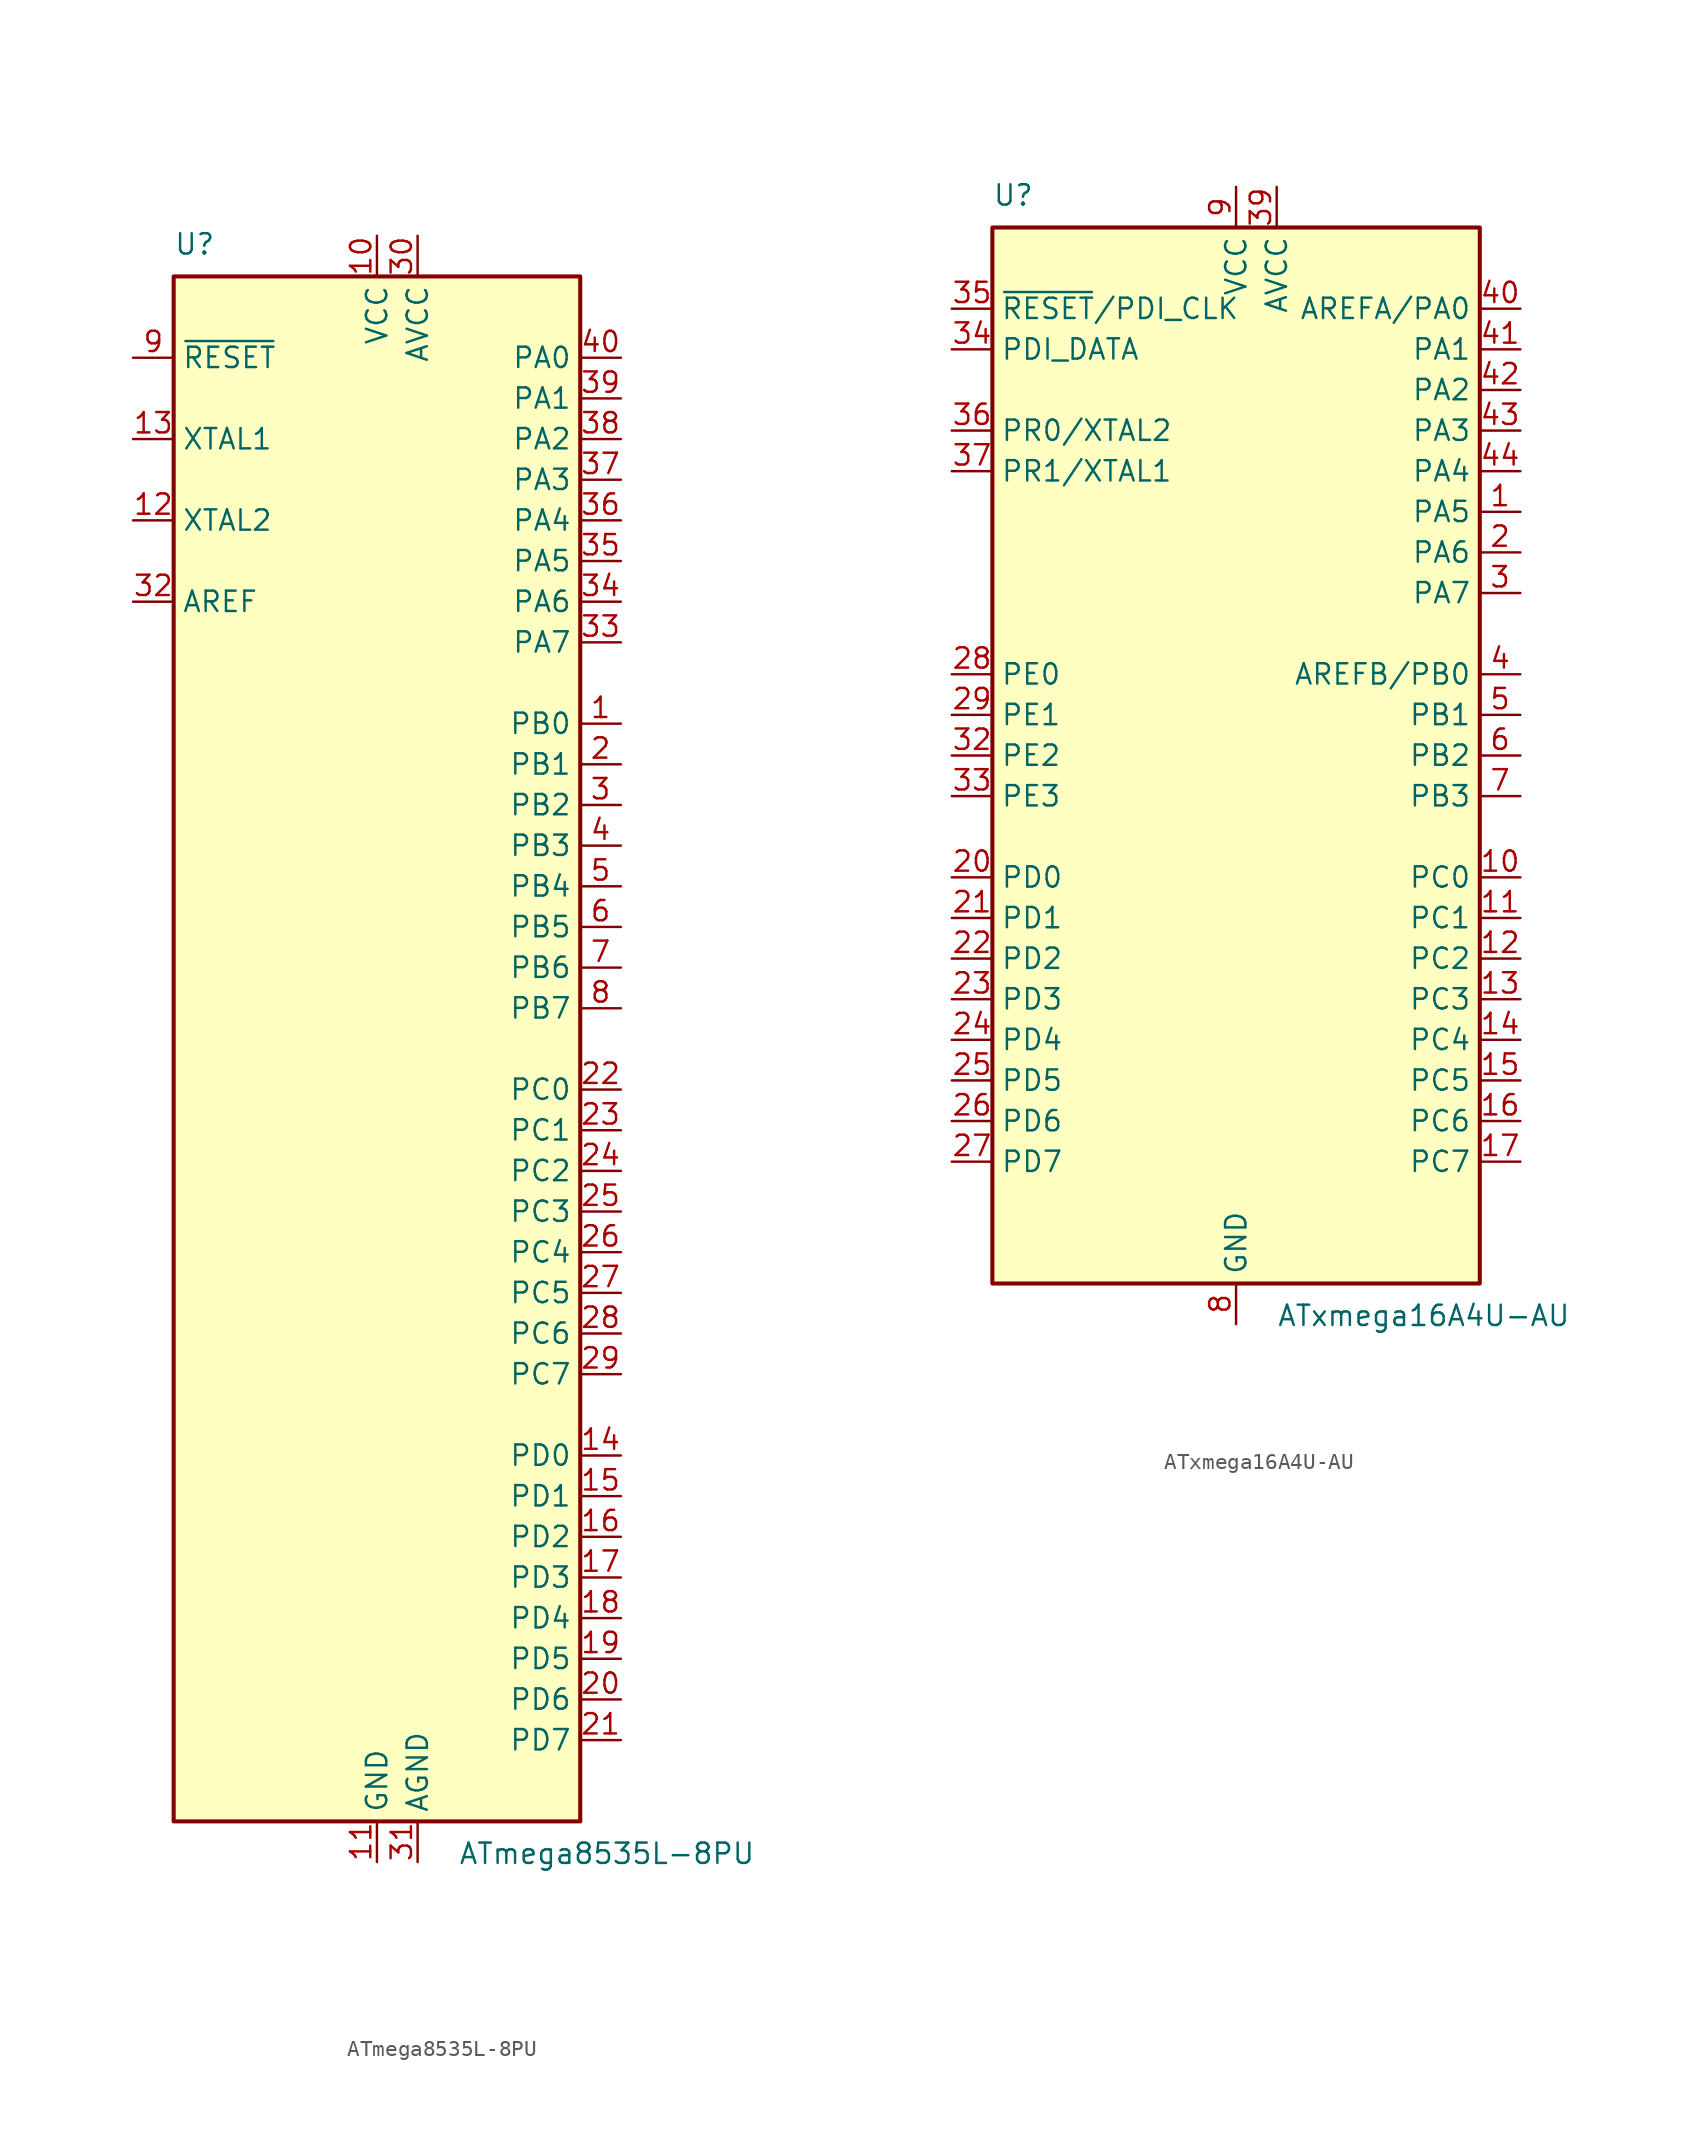
<source format=kicad_sym>
(kicad_symbol_lib
  (version 20211014)
  (generator kicad_symbol_editor)
  (symbol "ATmega8535L-8PU"
    (property "Reference" "U"
      (at -12.7 49.53 0)
      (effects (font (size 1.27 1.27)) (justify left bottom)))
    (property "Value" "ATmega8535L-8PU"
      (at 5.08 -49.53 0)
      (effects (font (size 1.27 1.27)) (justify left top)))
    (symbol "ATmega8535L-8PU_0_1"
      (rectangle (start -12.7 -48.26) (end 12.7 48.26) (stroke (width 0.254) (type default) (color 0 0 0 0)) (fill (type background))))
    (symbol "ATmega8535L-8PU_1_1"
      (pin bidirectional line (at 15.24 20.32 180) (length 2.54) (name "PB0" (effects (font (size 1.27 1.27)))) (number "1" (effects (font (size 1.27 1.27)))))
      (pin power_in line (at 0 50.8 270) (length 2.54) (name "VCC" (effects (font (size 1.27 1.27)))) (number "10" (effects (font (size 1.27 1.27)))))
      (pin power_in line (at 0 -50.8 90) (length 2.54) (name "GND" (effects (font (size 1.27 1.27)))) (number "11" (effects (font (size 1.27 1.27)))))
      (pin output line (at -15.24 33.02 0) (length 2.54) (name "XTAL2" (effects (font (size 1.27 1.27)))) (number "12" (effects (font (size 1.27 1.27)))))
      (pin input line (at -15.24 38.1 0) (length 2.54) (name "XTAL1" (effects (font (size 1.27 1.27)))) (number "13" (effects (font (size 1.27 1.27)))))
      (pin bidirectional line (at 15.24 -25.4 180) (length 2.54) (name "PD0" (effects (font (size 1.27 1.27)))) (number "14" (effects (font (size 1.27 1.27)))))
      (pin bidirectional line (at 15.24 -27.94 180) (length 2.54) (name "PD1" (effects (font (size 1.27 1.27)))) (number "15" (effects (font (size 1.27 1.27)))))
      (pin bidirectional line (at 15.24 -30.48 180) (length 2.54) (name "PD2" (effects (font (size 1.27 1.27)))) (number "16" (effects (font (size 1.27 1.27)))))
      (pin bidirectional line (at 15.24 -33.02 180) (length 2.54) (name "PD3" (effects (font (size 1.27 1.27)))) (number "17" (effects (font (size 1.27 1.27)))))
      (pin bidirectional line (at 15.24 -35.56 180) (length 2.54) (name "PD4" (effects (font (size 1.27 1.27)))) (number "18" (effects (font (size 1.27 1.27)))))
      (pin bidirectional line (at 15.24 -38.1 180) (length 2.54) (name "PD5" (effects (font (size 1.27 1.27)))) (number "19" (effects (font (size 1.27 1.27)))))
      (pin bidirectional line (at 15.24 17.78 180) (length 2.54) (name "PB1" (effects (font (size 1.27 1.27)))) (number "2" (effects (font (size 1.27 1.27)))))
      (pin bidirectional line (at 15.24 -40.64 180) (length 2.54) (name "PD6" (effects (font (size 1.27 1.27)))) (number "20" (effects (font (size 1.27 1.27)))))
      (pin bidirectional line (at 15.24 -43.18 180) (length 2.54) (name "PD7" (effects (font (size 1.27 1.27)))) (number "21" (effects (font (size 1.27 1.27)))))
      (pin bidirectional line (at 15.24 -2.54 180) (length 2.54) (name "PC0" (effects (font (size 1.27 1.27)))) (number "22" (effects (font (size 1.27 1.27)))))
      (pin bidirectional line (at 15.24 -5.08 180) (length 2.54) (name "PC1" (effects (font (size 1.27 1.27)))) (number "23" (effects (font (size 1.27 1.27)))))
      (pin bidirectional line (at 15.24 -7.62 180) (length 2.54) (name "PC2" (effects (font (size 1.27 1.27)))) (number "24" (effects (font (size 1.27 1.27)))))
      (pin bidirectional line (at 15.24 -10.16 180) (length 2.54) (name "PC3" (effects (font (size 1.27 1.27)))) (number "25" (effects (font (size 1.27 1.27)))))
      (pin bidirectional line (at 15.24 -12.7 180) (length 2.54) (name "PC4" (effects (font (size 1.27 1.27)))) (number "26" (effects (font (size 1.27 1.27)))))
      (pin bidirectional line (at 15.24 -15.24 180) (length 2.54) (name "PC5" (effects (font (size 1.27 1.27)))) (number "27" (effects (font (size 1.27 1.27)))))
      (pin bidirectional line (at 15.24 -17.78 180) (length 2.54) (name "PC6" (effects (font (size 1.27 1.27)))) (number "28" (effects (font (size 1.27 1.27)))))
      (pin bidirectional line (at 15.24 -20.32 180) (length 2.54) (name "PC7" (effects (font (size 1.27 1.27)))) (number "29" (effects (font (size 1.27 1.27)))))
      (pin bidirectional line (at 15.24 15.24 180) (length 2.54) (name "PB2" (effects (font (size 1.27 1.27)))) (number "3" (effects (font (size 1.27 1.27)))))
      (pin power_in line (at 2.54 50.8 270) (length 2.54) (name "AVCC" (effects (font (size 1.27 1.27)))) (number "30" (effects (font (size 1.27 1.27)))))
      (pin power_in line (at 2.54 -50.8 90) (length 2.54) (name "AGND" (effects (font (size 1.27 1.27)))) (number "31" (effects (font (size 1.27 1.27)))))
      (pin passive line (at -15.24 27.94 0) (length 2.54) (name "AREF" (effects (font (size 1.27 1.27)))) (number "32" (effects (font (size 1.27 1.27)))))
      (pin bidirectional line (at 15.24 25.4 180) (length 2.54) (name "PA7" (effects (font (size 1.27 1.27)))) (number "33" (effects (font (size 1.27 1.27)))))
      (pin bidirectional line (at 15.24 27.94 180) (length 2.54) (name "PA6" (effects (font (size 1.27 1.27)))) (number "34" (effects (font (size 1.27 1.27)))))
      (pin bidirectional line (at 15.24 30.48 180) (length 2.54) (name "PA5" (effects (font (size 1.27 1.27)))) (number "35" (effects (font (size 1.27 1.27)))))
      (pin bidirectional line (at 15.24 33.02 180) (length 2.54) (name "PA4" (effects (font (size 1.27 1.27)))) (number "36" (effects (font (size 1.27 1.27)))))
      (pin bidirectional line (at 15.24 35.56 180) (length 2.54) (name "PA3" (effects (font (size 1.27 1.27)))) (number "37" (effects (font (size 1.27 1.27)))))
      (pin bidirectional line (at 15.24 38.1 180) (length 2.54) (name "PA2" (effects (font (size 1.27 1.27)))) (number "38" (effects (font (size 1.27 1.27)))))
      (pin bidirectional line (at 15.24 40.64 180) (length 2.54) (name "PA1" (effects (font (size 1.27 1.27)))) (number "39" (effects (font (size 1.27 1.27)))))
      (pin bidirectional line (at 15.24 12.7 180) (length 2.54) (name "PB3" (effects (font (size 1.27 1.27)))) (number "4" (effects (font (size 1.27 1.27)))))
      (pin bidirectional line (at 15.24 43.18 180) (length 2.54) (name "PA0" (effects (font (size 1.27 1.27)))) (number "40" (effects (font (size 1.27 1.27)))))
      (pin bidirectional line (at 15.24 10.16 180) (length 2.54) (name "PB4" (effects (font (size 1.27 1.27)))) (number "5" (effects (font (size 1.27 1.27)))))
      (pin bidirectional line (at 15.24 7.62 180) (length 2.54) (name "PB5" (effects (font (size 1.27 1.27)))) (number "6" (effects (font (size 1.27 1.27)))))
      (pin bidirectional line (at 15.24 5.08 180) (length 2.54) (name "PB6" (effects (font (size 1.27 1.27)))) (number "7" (effects (font (size 1.27 1.27)))))
      (pin bidirectional line (at 15.24 2.54 180) (length 2.54) (name "PB7" (effects (font (size 1.27 1.27)))) (number "8" (effects (font (size 1.27 1.27)))))
      (pin input line (at -15.24 43.18 0) (length 2.54) (name "~{RESET}" (effects (font (size 1.27 1.27)))) (number "9" (effects (font (size 1.27 1.27)))))))
  (symbol "ATxmega16A4U-AU"
    (property "Reference" "U"
      (at -15.24 34.29 0)
      (effects (font (size 1.27 1.27)) (justify left bottom)))
    (property "Value" "ATxmega16A4U-AU"
      (at 2.54 -34.29 0)
      (effects (font (size 1.27 1.27)) (justify left top)))
    (symbol "ATxmega16A4U-AU_0_1"
      (rectangle (start -15.24 -33.02) (end 15.24 33.02) (stroke (width 0.254) (type default) (color 0 0 0 0)) (fill (type background))))
    (symbol "ATxmega16A4U-AU_1_1"
      (pin bidirectional line (at 17.78 15.24 180) (length 2.54) (name "PA5" (effects (font (size 1.27 1.27)))) (number "1" (effects (font (size 1.27 1.27)))))
      (pin bidirectional line (at 17.78 -7.62 180) (length 2.54) (name "PC0" (effects (font (size 1.27 1.27)))) (number "10" (effects (font (size 1.27 1.27)))))
      (pin bidirectional line (at 17.78 -10.16 180) (length 2.54) (name "PC1" (effects (font (size 1.27 1.27)))) (number "11" (effects (font (size 1.27 1.27)))))
      (pin bidirectional line (at 17.78 -12.7 180) (length 2.54) (name "PC2" (effects (font (size 1.27 1.27)))) (number "12" (effects (font (size 1.27 1.27)))))
      (pin bidirectional line (at 17.78 -15.24 180) (length 2.54) (name "PC3" (effects (font (size 1.27 1.27)))) (number "13" (effects (font (size 1.27 1.27)))))
      (pin bidirectional line (at 17.78 -17.78 180) (length 2.54) (name "PC4" (effects (font (size 1.27 1.27)))) (number "14" (effects (font (size 1.27 1.27)))))
      (pin bidirectional line (at 17.78 -20.32 180) (length 2.54) (name "PC5" (effects (font (size 1.27 1.27)))) (number "15" (effects (font (size 1.27 1.27)))))
      (pin bidirectional line (at 17.78 -22.86 180) (length 2.54) (name "PC6" (effects (font (size 1.27 1.27)))) (number "16" (effects (font (size 1.27 1.27)))))
      (pin bidirectional line (at 17.78 -25.4 180) (length 2.54) (name "PC7" (effects (font (size 1.27 1.27)))) (number "17" (effects (font (size 1.27 1.27)))))
      (pin passive line (at 0 -35.56 90) (length 2.54) hide (name "GND" (effects (font (size 1.27 1.27)))) (number "18" (effects (font (size 1.27 1.27)))))
      (pin passive line (at 0 35.56 270) (length 2.54) hide (name "VCC" (effects (font (size 1.27 1.27)))) (number "19" (effects (font (size 1.27 1.27)))))
      (pin bidirectional line (at 17.78 12.7 180) (length 2.54) (name "PA6" (effects (font (size 1.27 1.27)))) (number "2" (effects (font (size 1.27 1.27)))))
      (pin bidirectional line (at -17.78 -7.62 0) (length 2.54) (name "PD0" (effects (font (size 1.27 1.27)))) (number "20" (effects (font (size 1.27 1.27)))))
      (pin bidirectional line (at -17.78 -10.16 0) (length 2.54) (name "PD1" (effects (font (size 1.27 1.27)))) (number "21" (effects (font (size 1.27 1.27)))))
      (pin bidirectional line (at -17.78 -12.7 0) (length 2.54) (name "PD2" (effects (font (size 1.27 1.27)))) (number "22" (effects (font (size 1.27 1.27)))))
      (pin bidirectional line (at -17.78 -15.24 0) (length 2.54) (name "PD3" (effects (font (size 1.27 1.27)))) (number "23" (effects (font (size 1.27 1.27)))))
      (pin bidirectional line (at -17.78 -17.78 0) (length 2.54) (name "PD4" (effects (font (size 1.27 1.27)))) (number "24" (effects (font (size 1.27 1.27)))))
      (pin bidirectional line (at -17.78 -20.32 0) (length 2.54) (name "PD5" (effects (font (size 1.27 1.27)))) (number "25" (effects (font (size 1.27 1.27)))))
      (pin bidirectional line (at -17.78 -22.86 0) (length 2.54) (name "PD6" (effects (font (size 1.27 1.27)))) (number "26" (effects (font (size 1.27 1.27)))))
      (pin bidirectional line (at -17.78 -25.4 0) (length 2.54) (name "PD7" (effects (font (size 1.27 1.27)))) (number "27" (effects (font (size 1.27 1.27)))))
      (pin bidirectional line (at -17.78 5.08 0) (length 2.54) (name "PE0" (effects (font (size 1.27 1.27)))) (number "28" (effects (font (size 1.27 1.27)))))
      (pin bidirectional line (at -17.78 2.54 0) (length 2.54) (name "PE1" (effects (font (size 1.27 1.27)))) (number "29" (effects (font (size 1.27 1.27)))))
      (pin bidirectional line (at 17.78 10.16 180) (length 2.54) (name "PA7" (effects (font (size 1.27 1.27)))) (number "3" (effects (font (size 1.27 1.27)))))
      (pin passive line (at 0 -35.56 90) (length 2.54) hide (name "GND" (effects (font (size 1.27 1.27)))) (number "30" (effects (font (size 1.27 1.27)))))
      (pin passive line (at 0 35.56 270) (length 2.54) hide (name "VCC" (effects (font (size 1.27 1.27)))) (number "31" (effects (font (size 1.27 1.27)))))
      (pin bidirectional line (at -17.78 0 0) (length 2.54) (name "PE2" (effects (font (size 1.27 1.27)))) (number "32" (effects (font (size 1.27 1.27)))))
      (pin bidirectional line (at -17.78 -2.54 0) (length 2.54) (name "PE3" (effects (font (size 1.27 1.27)))) (number "33" (effects (font (size 1.27 1.27)))))
      (pin bidirectional line (at -17.78 25.4 0) (length 2.54) (name "PDI_DATA" (effects (font (size 1.27 1.27)))) (number "34" (effects (font (size 1.27 1.27)))))
      (pin input line (at -17.78 27.94 0) (length 2.54) (name "~{RESET}/PDI_CLK" (effects (font (size 1.27 1.27)))) (number "35" (effects (font (size 1.27 1.27)))))
      (pin bidirectional line (at -17.78 20.32 0) (length 2.54) (name "PR0/XTAL2" (effects (font (size 1.27 1.27)))) (number "36" (effects (font (size 1.27 1.27)))))
      (pin bidirectional line (at -17.78 17.78 0) (length 2.54) (name "PR1/XTAL1" (effects (font (size 1.27 1.27)))) (number "37" (effects (font (size 1.27 1.27)))))
      (pin passive line (at 0 -35.56 90) (length 2.54) hide (name "GND" (effects (font (size 1.27 1.27)))) (number "38" (effects (font (size 1.27 1.27)))))
      (pin power_in line (at 2.54 35.56 270) (length 2.54) (name "AVCC" (effects (font (size 1.27 1.27)))) (number "39" (effects (font (size 1.27 1.27)))))
      (pin bidirectional line (at 17.78 5.08 180) (length 2.54) (name "AREFB/PB0" (effects (font (size 1.27 1.27)))) (number "4" (effects (font (size 1.27 1.27)))))
      (pin bidirectional line (at 17.78 27.94 180) (length 2.54) (name "AREFA/PA0" (effects (font (size 1.27 1.27)))) (number "40" (effects (font (size 1.27 1.27)))))
      (pin bidirectional line (at 17.78 25.4 180) (length 2.54) (name "PA1" (effects (font (size 1.27 1.27)))) (number "41" (effects (font (size 1.27 1.27)))))
      (pin bidirectional line (at 17.78 22.86 180) (length 2.54) (name "PA2" (effects (font (size 1.27 1.27)))) (number "42" (effects (font (size 1.27 1.27)))))
      (pin bidirectional line (at 17.78 20.32 180) (length 2.54) (name "PA3" (effects (font (size 1.27 1.27)))) (number "43" (effects (font (size 1.27 1.27)))))
      (pin bidirectional line (at 17.78 17.78 180) (length 2.54) (name "PA4" (effects (font (size 1.27 1.27)))) (number "44" (effects (font (size 1.27 1.27)))))
      (pin bidirectional line (at 17.78 2.54 180) (length 2.54) (name "PB1" (effects (font (size 1.27 1.27)))) (number "5" (effects (font (size 1.27 1.27)))))
      (pin bidirectional line (at 17.78 0 180) (length 2.54) (name "PB2" (effects (font (size 1.27 1.27)))) (number "6" (effects (font (size 1.27 1.27)))))
      (pin bidirectional line (at 17.78 -2.54 180) (length 2.54) (name "PB3" (effects (font (size 1.27 1.27)))) (number "7" (effects (font (size 1.27 1.27)))))
      (pin power_in line (at 0 -35.56 90) (length 2.54) (name "GND" (effects (font (size 1.27 1.27)))) (number "8" (effects (font (size 1.27 1.27)))))
      (pin power_in line (at 0 35.56 270) (length 2.54) (name "VCC" (effects (font (size 1.27 1.27)))) (number "9" (effects (font (size 1.27 1.27))))))))
</source>
